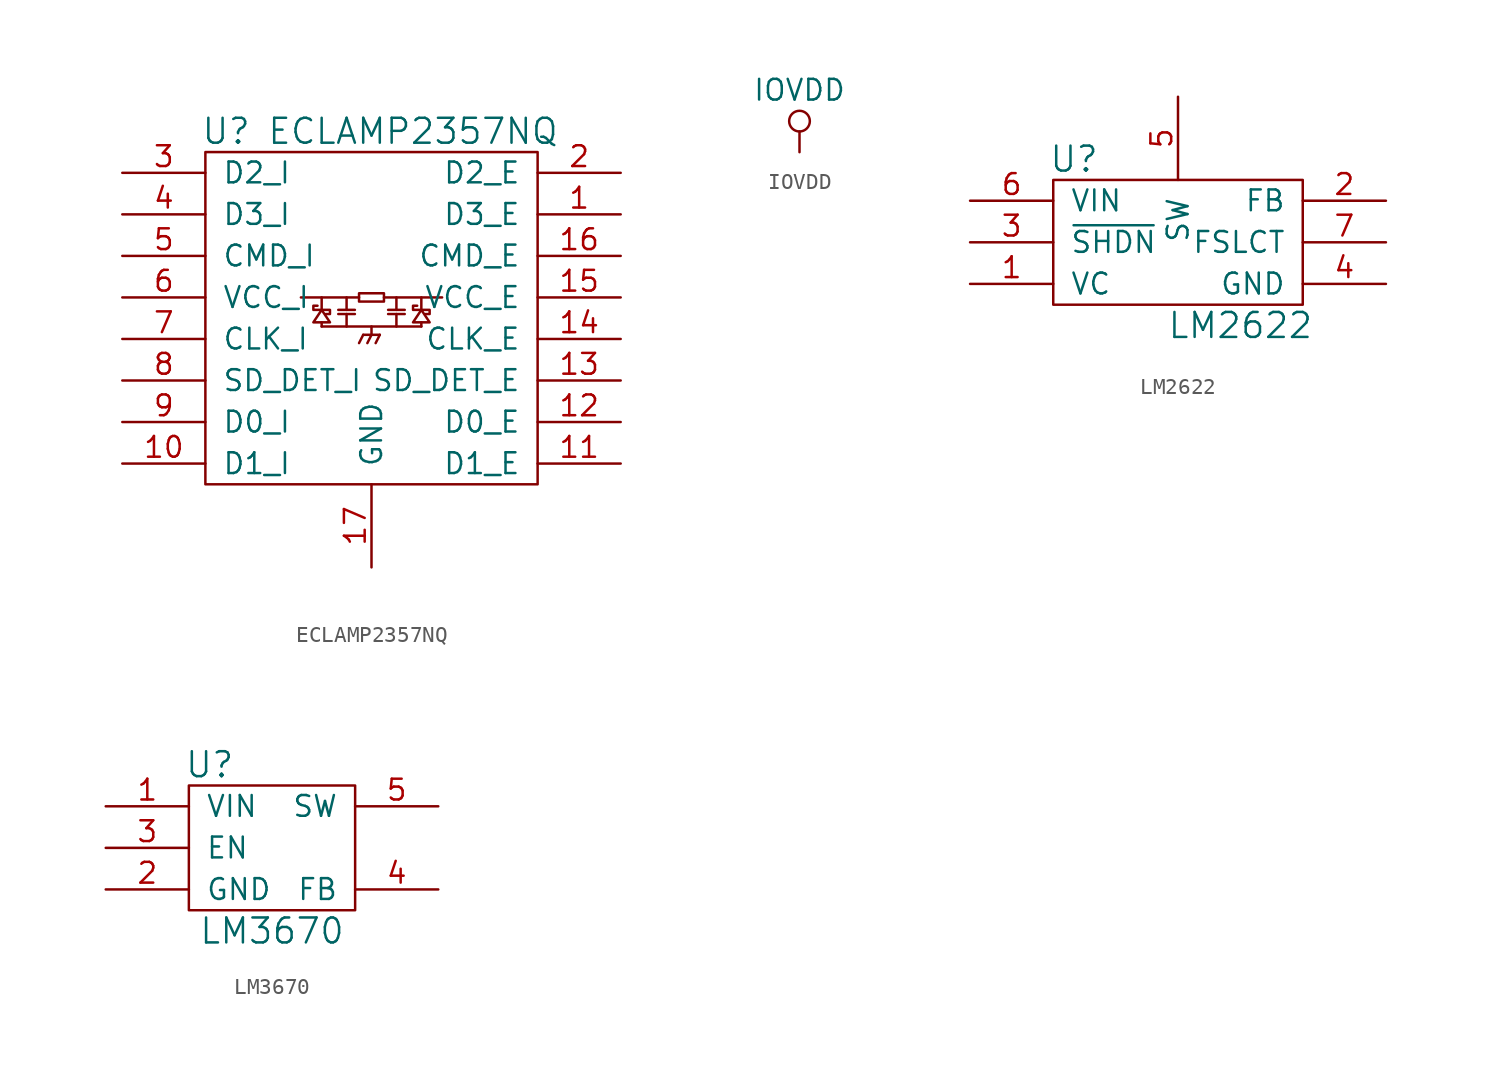
<source format=kicad_sym>
(kicad_symbol_lib
  (version 20211014)
  (generator kicad_symbol_editor)
  (symbol "ECLAMP2357NQ"
    (pin_names
      (offset 1.016))
    (property "Reference" "U"
      (at -8.89 11.43 0)
      (effects (font (size 1.524 1.524))))
    (property "Value" "ECLAMP2357NQ"
      (at 2.54 11.43 0)
      (effects (font (size 1.524 1.524))))
    (symbol "ECLAMP2357NQ_0_1"
      (rectangle (start -10.16 10.16) (end 10.16 -10.16) (stroke (width 0) (type default) (color 0 0 0 0)) (fill (type none)))
      (polyline (pts (xy -4.318 1.27) (xy -0.762 1.27)) (stroke (width 0) (type default) (color 0 0 0 0)) (fill (type none)))
      (polyline (pts (xy -3.048 -0.508) (xy 3.048 -0.508)) (stroke (width 0) (type default) (color 0 0 0 0)) (fill (type none)))
      (polyline (pts (xy -3.048 -0.254) (xy -3.048 -0.508)) (stroke (width 0) (type default) (color 0 0 0 0)) (fill (type none)))
      (polyline (pts (xy -3.048 0.508) (xy -3.048 1.27)) (stroke (width 0) (type default) (color 0 0 0 0)) (fill (type none)))
      (polyline (pts (xy -2.032 0.254) (xy -1.016 0.254)) (stroke (width 0) (type default) (color 0 0 0 0)) (fill (type none)))
      (polyline (pts (xy -2.032 0.508) (xy -1.016 0.508)) (stroke (width 0) (type default) (color 0 0 0 0)) (fill (type none)))
      (polyline (pts (xy -1.524 0.254) (xy -1.524 -0.508)) (stroke (width 0) (type default) (color 0 0 0 0)) (fill (type none)))
      (polyline (pts (xy -1.524 1.27) (xy -1.524 0.508)) (stroke (width 0) (type default) (color 0 0 0 0)) (fill (type none)))
      (polyline (pts (xy -0.508 -1.016) (xy -0.762 -1.524)) (stroke (width 0) (type default) (color 0 0 0 0)) (fill (type none)))
      (polyline (pts (xy -0.508 -1.016) (xy 0.508 -1.016)) (stroke (width 0) (type default) (color 0 0 0 0)) (fill (type none)))
      (polyline (pts (xy 0 -1.016) (xy -0.254 -1.524)) (stroke (width 0) (type default) (color 0 0 0 0)) (fill (type none)))
      (polyline (pts (xy 0 -0.508) (xy 0 -1.016)) (stroke (width 0) (type default) (color 0 0 0 0)) (fill (type none)))
      (polyline (pts (xy 0.508 -1.016) (xy 0.254 -1.524)) (stroke (width 0) (type default) (color 0 0 0 0)) (fill (type none)))
      (polyline (pts (xy 0.762 1.27) (xy 4.318 1.27)) (stroke (width 0) (type default) (color 0 0 0 0)) (fill (type none)))
      (polyline (pts (xy 1.016 0.254) (xy 2.032 0.254)) (stroke (width 0) (type default) (color 0 0 0 0)) (fill (type none)))
      (polyline (pts (xy 1.016 0.508) (xy 2.032 0.508)) (stroke (width 0) (type default) (color 0 0 0 0)) (fill (type none)))
      (polyline (pts (xy 1.524 0.254) (xy 1.524 -0.508)) (stroke (width 0) (type default) (color 0 0 0 0)) (fill (type none)))
      (polyline (pts (xy 1.524 1.27) (xy 1.524 0.508)) (stroke (width 0) (type default) (color 0 0 0 0)) (fill (type none)))
      (polyline (pts (xy 3.048 -0.254) (xy 3.048 -0.508)) (stroke (width 0) (type default) (color 0 0 0 0)) (fill (type none)))
      (polyline (pts (xy 3.048 0.508) (xy 3.048 1.27)) (stroke (width 0) (type default) (color 0 0 0 0)) (fill (type none)))
      (polyline (pts (xy -3.048 0.508) (xy -3.556 -0.254) (xy -2.54 -0.254) (xy -3.048 0.508)) (stroke (width 0) (type default) (color 0 0 0 0)) (fill (type none)))
      (polyline (pts (xy 3.048 0.508) (xy 2.54 -0.254) (xy 3.556 -0.254) (xy 3.048 0.508)) (stroke (width 0) (type default) (color 0 0 0 0)) (fill (type none)))
      (polyline (pts (xy -0.762 1.524) (xy 0.762 1.524) (xy 0.762 1.016) (xy -0.762 1.016) (xy -0.762 1.524)) (stroke (width 0) (type default) (color 0 0 0 0)) (fill (type none)))
      (polyline (pts (xy -3.302 0.762) (xy -3.556 0.762) (xy -3.556 0.508) (xy -2.54 0.508) (xy -2.54 0.254) (xy -2.794 0.254)) (stroke (width 0) (type default) (color 0 0 0 0)) (fill (type none)))
      (polyline (pts (xy 2.794 0.762) (xy 2.54 0.762) (xy 2.54 0.508) (xy 3.556 0.508) (xy 3.556 0.254) (xy 3.302 0.254)) (stroke (width 0) (type default) (color 0 0 0 0)) (fill (type none))))
    (symbol "ECLAMP2357NQ_1_1"
      (pin passive line (at 15.24 6.35 180) (length 5.08) (name "D3_E" (effects (font (size 1.27 1.27)))) (number "1" (effects (font (size 1.27 1.27)))))
      (pin passive line (at -15.24 -8.89 0) (length 5.08) (name "D1_I" (effects (font (size 1.27 1.27)))) (number "10" (effects (font (size 1.27 1.27)))))
      (pin passive line (at 15.24 -8.89 180) (length 5.08) (name "D1_E" (effects (font (size 1.27 1.27)))) (number "11" (effects (font (size 1.27 1.27)))))
      (pin passive line (at 15.24 -6.35 180) (length 5.08) (name "D0_E" (effects (font (size 1.27 1.27)))) (number "12" (effects (font (size 1.27 1.27)))))
      (pin passive line (at 15.24 -3.81 180) (length 5.08) (name "SD_DET_E" (effects (font (size 1.27 1.27)))) (number "13" (effects (font (size 1.27 1.27)))))
      (pin passive line (at 15.24 -1.27 180) (length 5.08) (name "CLK_E" (effects (font (size 1.27 1.27)))) (number "14" (effects (font (size 1.27 1.27)))))
      (pin passive line (at 15.24 1.27 180) (length 5.08) (name "VCC_E" (effects (font (size 1.27 1.27)))) (number "15" (effects (font (size 1.27 1.27)))))
      (pin passive line (at 15.24 3.81 180) (length 5.08) (name "CMD_E" (effects (font (size 1.27 1.27)))) (number "16" (effects (font (size 1.27 1.27)))))
      (pin passive line (at 0 -15.24 90) (length 5.08) (name "GND" (effects (font (size 1.27 1.27)))) (number "17" (effects (font (size 1.27 1.27)))))
      (pin passive line (at 15.24 8.89 180) (length 5.08) (name "D2_E" (effects (font (size 1.27 1.27)))) (number "2" (effects (font (size 1.27 1.27)))))
      (pin passive line (at -15.24 8.89 0) (length 5.08) (name "D2_I" (effects (font (size 1.27 1.27)))) (number "3" (effects (font (size 1.27 1.27)))))
      (pin passive line (at -15.24 6.35 0) (length 5.08) (name "D3_I" (effects (font (size 1.27 1.27)))) (number "4" (effects (font (size 1.27 1.27)))))
      (pin passive line (at -15.24 3.81 0) (length 5.08) (name "CMD_I" (effects (font (size 1.27 1.27)))) (number "5" (effects (font (size 1.27 1.27)))))
      (pin passive line (at -15.24 1.27 0) (length 5.08) (name "VCC_I" (effects (font (size 1.27 1.27)))) (number "6" (effects (font (size 1.27 1.27)))))
      (pin passive line (at -15.24 -1.27 0) (length 5.08) (name "CLK_I" (effects (font (size 1.27 1.27)))) (number "7" (effects (font (size 1.27 1.27)))))
      (pin passive line (at -15.24 -3.81 0) (length 5.08) (name "SD_DET_I" (effects (font (size 1.27 1.27)))) (number "8" (effects (font (size 1.27 1.27)))))
      (pin passive line (at -15.24 -6.35 0) (length 5.08) (name "D0_I" (effects (font (size 1.27 1.27)))) (number "9" (effects (font (size 1.27 1.27)))))))
  (symbol "IOVDD"
    (power)
    (pin_names
      (offset 0))
    (property "Reference" "#PWR"
      (at 0 -3.81 0)
      (effects (font (size 1.27 1.27)) hide))
    (property "Value" "IOVDD"
      (at 0 3.81 0)
      (effects (font (size 1.27 1.27))))
    (property "Footprint" ""
      (at 0 0 0)
      (effects (font (size 1.27 1.27))))
    (property "Datasheet" ""
      (at 0 0 0)
      (effects (font (size 1.27 1.27))))
    (symbol "IOVDD_0_1"
      (polyline (pts (xy 0 0) (xy 0 1.27)) (stroke (width 0) (type default) (color 0 0 0 0)) (fill (type none)))
      (circle (center 0 1.905) (radius 0.635) (stroke (width 0) (type default) (color 0 0 0 0)) (fill (type none))))
    (symbol "IOVDD_1_1"
      (pin power_in line (at 0 0 90) (length 0) hide (name "IOVDD" (effects (font (size 1.27 1.27)))) (number "1" (effects (font (size 1.27 1.27)))))))
  (symbol "LM2622"
    (pin_names
      (offset 1.016))
    (property "Reference" "U"
      (at -6.35 5.08 0)
      (effects (font (size 1.524 1.524))))
    (property "Value" "LM2622"
      (at 3.81 -5.08 0)
      (effects (font (size 1.524 1.524))))
    (symbol "LM2622_0_1"
      (rectangle (start -7.62 3.81) (end 7.62 -3.81) (stroke (width 0) (type default) (color 0 0 0 0)) (fill (type none))))
    (symbol "LM2622_1_1"
      (pin power_out line (at -12.7 -2.54 0) (length 5.08) (name "VC" (effects (font (size 1.27 1.27)))) (number "1" (effects (font (size 1.27 1.27)))))
      (pin input line (at 12.7 2.54 180) (length 5.08) (name "FB" (effects (font (size 1.27 1.27)))) (number "2" (effects (font (size 1.27 1.27)))))
      (pin input line (at -12.7 0 0) (length 5.08) (name "~{SHDN}" (effects (font (size 1.27 1.27)))) (number "3" (effects (font (size 1.27 1.27)))))
      (pin power_in line (at 12.7 -2.54 180) (length 5.08) (name "GND" (effects (font (size 1.27 1.27)))) (number "4" (effects (font (size 1.27 1.27)))))
      (pin power_out line (at 0 8.89 270) (length 5.08) (name "SW" (effects (font (size 1.27 1.27)))) (number "5" (effects (font (size 1.27 1.27)))))
      (pin power_in line (at -12.7 2.54 0) (length 5.08) (name "VIN" (effects (font (size 1.27 1.27)))) (number "6" (effects (font (size 1.27 1.27)))))
      (pin input line (at 12.7 0 180) (length 5.08) (name "FSLCT" (effects (font (size 1.27 1.27)))) (number "7" (effects (font (size 1.27 1.27)))))))
  (symbol "LM3670"
    (pin_names
      (offset 1.016))
    (property "Reference" "U"
      (at -3.81 5.08 0)
      (effects (font (size 1.524 1.524))))
    (property "Value" "LM3670"
      (at 0 -5.08 0)
      (effects (font (size 1.524 1.524))))
    (symbol "LM3670_0_1"
      (rectangle (start -5.08 3.81) (end 5.08 -3.81) (stroke (width 0) (type default) (color 0 0 0 0)) (fill (type none))))
    (symbol "LM3670_1_1"
      (pin power_in line (at -10.16 2.54 0) (length 5.08) (name "VIN" (effects (font (size 1.27 1.27)))) (number "1" (effects (font (size 1.27 1.27)))))
      (pin power_in line (at -10.16 -2.54 0) (length 5.08) (name "GND" (effects (font (size 1.27 1.27)))) (number "2" (effects (font (size 1.27 1.27)))))
      (pin input line (at -10.16 0 0) (length 5.08) (name "EN" (effects (font (size 1.27 1.27)))) (number "3" (effects (font (size 1.27 1.27)))))
      (pin input line (at 10.16 -2.54 180) (length 5.08) (name "FB" (effects (font (size 1.27 1.27)))) (number "4" (effects (font (size 1.27 1.27)))))
      (pin power_out line (at 10.16 2.54 180) (length 5.08) (name "SW" (effects (font (size 1.27 1.27)))) (number "5" (effects (font (size 1.27 1.27))))))))
</source>
